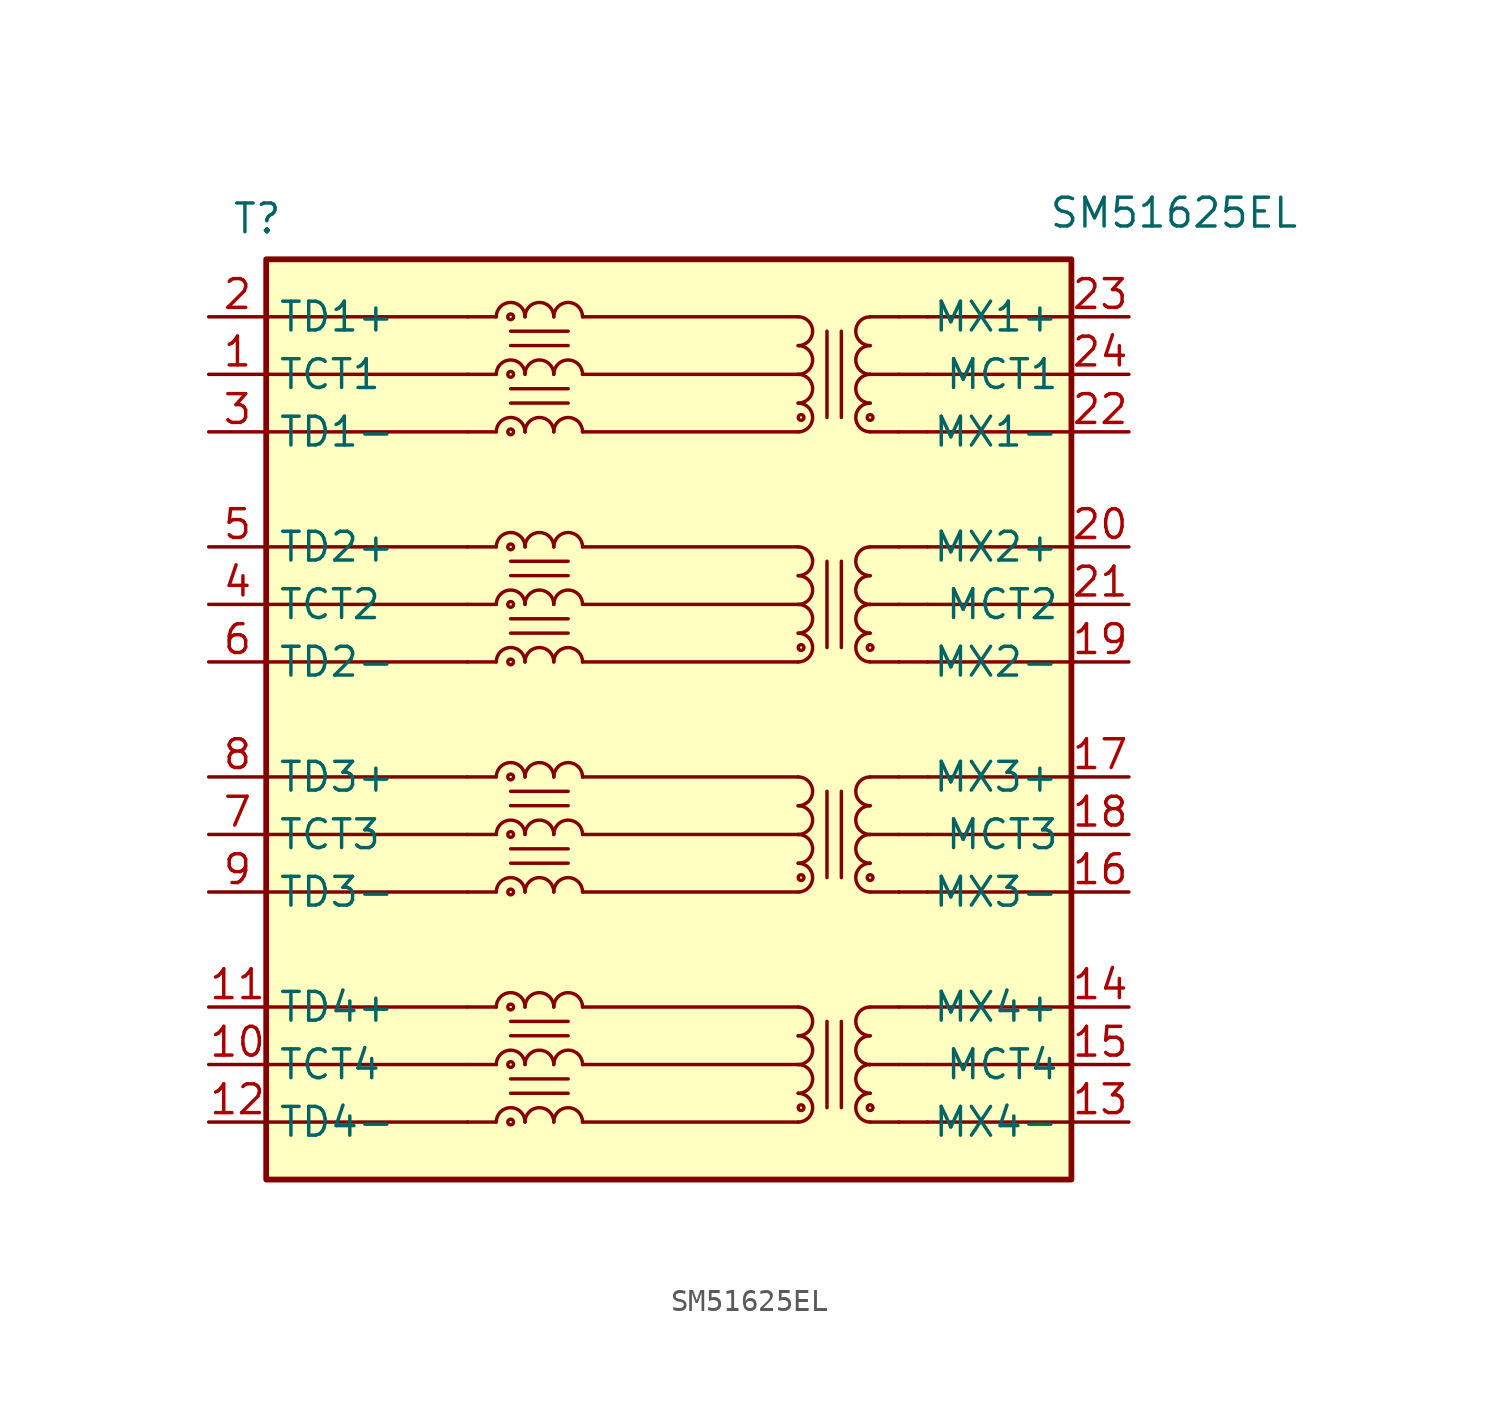
<source format=kicad_sym>
(kicad_symbol_lib
  (version 20231120)
  (generator "kicad_symbol_editor")
  (generator_version "8.0")
  (symbol "SM51625EL"
    (property "Reference" "T"
      (at -19.304 22.86 0)
      (effects (font (size 1.27 1.27)) (justify left top)))
    (property "Value" "SM51625EL"
      (at 16.764 23.114 0)
      (effects (font (size 1.27 1.27)) (justify left top)))
    (symbol "SM51625EL_0_1"
      (rectangle (start -17.78 20.32) (end 17.78 -20.32) (stroke (width 0.254) (type default)) (fill (type background)))
      (polyline (pts (xy -17.78 17.78) (xy -8.89 17.78)) (stroke (width 0) (type default)) (fill (type none)))
      (polyline (pts (xy -8.89 -17.78) (xy -17.78 -17.78)) (stroke (width 0) (type default)) (fill (type none)))
      (polyline (pts (xy -8.89 -15.24) (xy -17.78 -15.24)) (stroke (width 0) (type default)) (fill (type none)))
      (polyline (pts (xy -8.89 -12.7) (xy -17.78 -12.7)) (stroke (width 0) (type default)) (fill (type none)))
      (polyline (pts (xy -8.89 -7.62) (xy -17.78 -7.62)) (stroke (width 0) (type default)) (fill (type none)))
      (polyline (pts (xy -8.89 -5.08) (xy -17.78 -5.08)) (stroke (width 0) (type default)) (fill (type none)))
      (polyline (pts (xy -8.89 -2.54) (xy -17.78 -2.54)) (stroke (width 0) (type default)) (fill (type none)))
      (polyline (pts (xy -8.89 2.54) (xy -17.78 2.54)) (stroke (width 0) (type default)) (fill (type none)))
      (polyline (pts (xy -8.89 5.08) (xy -17.78 5.08)) (stroke (width 0) (type default)) (fill (type none)))
      (polyline (pts (xy -8.89 7.62) (xy -17.78 7.62)) (stroke (width 0) (type default)) (fill (type none)))
      (polyline (pts (xy -8.89 12.7) (xy -17.78 12.7)) (stroke (width 0) (type default)) (fill (type none)))
      (polyline (pts (xy -8.89 15.24) (xy -17.78 15.24)) (stroke (width 0) (type default)) (fill (type none)))
      (polyline (pts (xy 11.43 -17.78) (xy 10.16 -17.78)) (stroke (width 0) (type default)) (fill (type none)))
      (polyline (pts (xy 11.43 -17.78) (xy 17.78 -17.78)) (stroke (width 0) (type default)) (fill (type none)))
      (polyline (pts (xy 11.43 -15.24) (xy 10.16 -15.24)) (stroke (width 0) (type default)) (fill (type none)))
      (polyline (pts (xy 11.43 -15.24) (xy 17.78 -15.24)) (stroke (width 0) (type default)) (fill (type none)))
      (polyline (pts (xy 11.43 -12.7) (xy 10.16 -12.7)) (stroke (width 0) (type default)) (fill (type none)))
      (polyline (pts (xy 11.43 -12.7) (xy 17.78 -12.7)) (stroke (width 0) (type default)) (fill (type none)))
      (polyline (pts (xy 11.43 -7.62) (xy 17.78 -7.62)) (stroke (width 0) (type default)) (fill (type none)))
      (polyline (pts (xy 11.43 -5.08) (xy 17.78 -5.08)) (stroke (width 0) (type default)) (fill (type none)))
      (polyline (pts (xy 11.43 -2.54) (xy 17.78 -2.54)) (stroke (width 0) (type default)) (fill (type none)))
      (polyline (pts (xy 11.43 2.54) (xy 17.78 2.54)) (stroke (width 0) (type default)) (fill (type none)))
      (polyline (pts (xy 11.43 5.08) (xy 17.78 5.08)) (stroke (width 0) (type default)) (fill (type none)))
      (polyline (pts (xy 11.43 7.62) (xy 17.78 7.62)) (stroke (width 0) (type default)) (fill (type none)))
      (polyline (pts (xy 11.43 12.7) (xy 17.78 12.7)) (stroke (width 0) (type default)) (fill (type none)))
      (polyline (pts (xy 11.43 15.24) (xy 17.78 15.24)) (stroke (width 0) (type default)) (fill (type none)))
      (polyline (pts (xy 11.43 17.78) (xy 17.78 17.78)) (stroke (width 0) (type default)) (fill (type none))))
    (symbol "SM51625EL_1_1"
      (circle (center -6.985 -17.78) (radius 0.127) (stroke (width 0) (type default)) (fill (type none)))
      (circle (center -6.985 -15.24) (radius 0.127) (stroke (width 0) (type default)) (fill (type none)))
      (circle (center -6.985 -12.7) (radius 0.127) (stroke (width 0) (type default)) (fill (type none)))
      (circle (center -6.985 -7.62) (radius 0.127) (stroke (width 0) (type default)) (fill (type none)))
      (circle (center -6.985 -5.08) (radius 0.127) (stroke (width 0) (type default)) (fill (type none)))
      (circle (center -6.985 -2.54) (radius 0.127) (stroke (width 0) (type default)) (fill (type none)))
      (circle (center -6.985 2.54) (radius 0.127) (stroke (width 0) (type default)) (fill (type none)))
      (circle (center -6.985 5.08) (radius 0.127) (stroke (width 0) (type default)) (fill (type none)))
      (circle (center -6.985 7.62) (radius 0.127) (stroke (width 0) (type default)) (fill (type none)))
      (circle (center -6.985 12.7) (radius 0.127) (stroke (width 0) (type default)) (fill (type none)))
      (circle (center -6.985 15.24) (radius 0.127) (stroke (width 0) (type default)) (fill (type none)))
      (circle (center -6.985 17.78) (radius 0.127) (stroke (width 0) (type default)) (fill (type none)))
      (arc (start -6.35 -17.78) (mid -6.985 -17.1477) (end -7.62 -17.78) (stroke (width 0) (type default)) (fill (type none)))
      (arc (start -6.35 -15.24) (mid -6.985 -14.6077) (end -7.62 -15.24) (stroke (width 0) (type default)) (fill (type none)))
      (arc (start -6.35 -12.7) (mid -6.985 -12.0677) (end -7.62 -12.7) (stroke (width 0) (type default)) (fill (type none)))
      (arc (start -6.35 -7.62) (mid -6.985 -6.9877) (end -7.62 -7.62) (stroke (width 0) (type default)) (fill (type none)))
      (arc (start -6.35 -5.08) (mid -6.985 -4.4477) (end -7.62 -5.08) (stroke (width 0) (type default)) (fill (type none)))
      (arc (start -6.35 -2.54) (mid -6.985 -1.9077) (end -7.62 -2.54) (stroke (width 0) (type default)) (fill (type none)))
      (arc (start -6.35 2.54) (mid -6.985 3.1723) (end -7.62 2.54) (stroke (width 0) (type default)) (fill (type none)))
      (arc (start -6.35 5.08) (mid -6.985 5.7123) (end -7.62 5.08) (stroke (width 0) (type default)) (fill (type none)))
      (arc (start -6.35 7.62) (mid -6.985 8.2523) (end -7.62 7.62) (stroke (width 0) (type default)) (fill (type none)))
      (arc (start -6.35 12.7) (mid -6.985 13.3323) (end -7.62 12.7) (stroke (width 0) (type default)) (fill (type none)))
      (arc (start -6.35 15.24) (mid -6.985 15.8723) (end -7.62 15.24) (stroke (width 0) (type default)) (fill (type none)))
      (arc (start -6.35 17.78) (mid -6.985 18.4123) (end -7.62 17.78) (stroke (width 0) (type default)) (fill (type none)))
      (arc (start -5.08 -17.78) (mid -5.715 -17.1477) (end -6.35 -17.78) (stroke (width 0) (type default)) (fill (type none)))
      (arc (start -5.08 -15.24) (mid -5.715 -14.6077) (end -6.35 -15.24) (stroke (width 0) (type default)) (fill (type none)))
      (arc (start -5.08 -12.7) (mid -5.715 -12.0677) (end -6.35 -12.7) (stroke (width 0) (type default)) (fill (type none)))
      (arc (start -5.08 -7.62) (mid -5.715 -6.9877) (end -6.35 -7.62) (stroke (width 0) (type default)) (fill (type none)))
      (arc (start -5.08 -5.08) (mid -5.715 -4.4477) (end -6.35 -5.08) (stroke (width 0) (type default)) (fill (type none)))
      (arc (start -5.08 -2.54) (mid -5.715 -1.9077) (end -6.35 -2.54) (stroke (width 0) (type default)) (fill (type none)))
      (arc (start -5.08 2.54) (mid -5.715 3.1723) (end -6.35 2.54) (stroke (width 0) (type default)) (fill (type none)))
      (arc (start -5.08 5.08) (mid -5.715 5.7123) (end -6.35 5.08) (stroke (width 0) (type default)) (fill (type none)))
      (arc (start -5.08 7.62) (mid -5.715 8.2523) (end -6.35 7.62) (stroke (width 0) (type default)) (fill (type none)))
      (arc (start -5.08 12.7) (mid -5.715 13.3323) (end -6.35 12.7) (stroke (width 0) (type default)) (fill (type none)))
      (arc (start -5.08 15.24) (mid -5.715 15.8723) (end -6.35 15.24) (stroke (width 0) (type default)) (fill (type none)))
      (arc (start -5.08 17.78) (mid -5.715 18.4123) (end -6.35 17.78) (stroke (width 0) (type default)) (fill (type none)))
      (arc (start -3.81 -17.78) (mid -4.445 -17.1477) (end -5.08 -17.78) (stroke (width 0) (type default)) (fill (type none)))
      (arc (start -3.81 -15.24) (mid -4.445 -14.6077) (end -5.08 -15.24) (stroke (width 0) (type default)) (fill (type none)))
      (arc (start -3.81 -12.7) (mid -4.445 -12.0677) (end -5.08 -12.7) (stroke (width 0) (type default)) (fill (type none)))
      (arc (start -3.81 -7.62) (mid -4.445 -6.9877) (end -5.08 -7.62) (stroke (width 0) (type default)) (fill (type none)))
      (arc (start -3.81 -5.08) (mid -4.445 -4.4477) (end -5.08 -5.08) (stroke (width 0) (type default)) (fill (type none)))
      (arc (start -3.81 -2.54) (mid -4.445 -1.9077) (end -5.08 -2.54) (stroke (width 0) (type default)) (fill (type none)))
      (arc (start -3.81 2.54) (mid -4.445 3.1723) (end -5.08 2.54) (stroke (width 0) (type default)) (fill (type none)))
      (arc (start -3.81 5.08) (mid -4.445 5.7123) (end -5.08 5.08) (stroke (width 0) (type default)) (fill (type none)))
      (arc (start -3.81 7.62) (mid -4.445 8.2523) (end -5.08 7.62) (stroke (width 0) (type default)) (fill (type none)))
      (arc (start -3.81 12.7) (mid -4.445 13.3323) (end -5.08 12.7) (stroke (width 0) (type default)) (fill (type none)))
      (arc (start -3.81 15.24) (mid -4.445 15.8723) (end -5.08 15.24) (stroke (width 0) (type default)) (fill (type none)))
      (arc (start -3.81 17.78) (mid -4.445 18.4123) (end -5.08 17.78) (stroke (width 0) (type default)) (fill (type none)))
      (polyline (pts (xy -8.89 -17.78) (xy -7.62 -17.78)) (stroke (width 0) (type default)) (fill (type none)))
      (polyline (pts (xy -8.89 -15.24) (xy -7.62 -15.24)) (stroke (width 0) (type default)) (fill (type none)))
      (polyline (pts (xy -8.89 -12.7) (xy -7.62 -12.7)) (stroke (width 0) (type default)) (fill (type none)))
      (polyline (pts (xy -8.89 -7.62) (xy -7.62 -7.62)) (stroke (width 0) (type default)) (fill (type none)))
      (polyline (pts (xy -8.89 -5.08) (xy -7.62 -5.08)) (stroke (width 0) (type default)) (fill (type none)))
      (polyline (pts (xy -8.89 -2.54) (xy -7.62 -2.54)) (stroke (width 0) (type default)) (fill (type none)))
      (polyline (pts (xy -8.89 2.54) (xy -7.62 2.54)) (stroke (width 0) (type default)) (fill (type none)))
      (polyline (pts (xy -8.89 5.08) (xy -7.62 5.08)) (stroke (width 0) (type default)) (fill (type none)))
      (polyline (pts (xy -8.89 7.62) (xy -7.62 7.62)) (stroke (width 0) (type default)) (fill (type none)))
      (polyline (pts (xy -8.89 12.7) (xy -7.62 12.7)) (stroke (width 0) (type default)) (fill (type none)))
      (polyline (pts (xy -8.89 15.24) (xy -7.62 15.24)) (stroke (width 0) (type default)) (fill (type none)))
      (polyline (pts (xy -8.89 17.78) (xy -7.62 17.78)) (stroke (width 0) (type default)) (fill (type none)))
      (polyline (pts (xy -6.985 -16.51) (xy -4.445 -16.51)) (stroke (width 0) (type default)) (fill (type none)))
      (polyline (pts (xy -6.985 -15.875) (xy -4.445 -15.875)) (stroke (width 0) (type default)) (fill (type none)))
      (polyline (pts (xy -6.985 -13.97) (xy -4.445 -13.97)) (stroke (width 0) (type default)) (fill (type none)))
      (polyline (pts (xy -6.985 -13.335) (xy -4.445 -13.335)) (stroke (width 0) (type default)) (fill (type none)))
      (polyline (pts (xy -6.985 -6.35) (xy -4.445 -6.35)) (stroke (width 0) (type default)) (fill (type none)))
      (polyline (pts (xy -6.985 -5.715) (xy -4.445 -5.715)) (stroke (width 0) (type default)) (fill (type none)))
      (polyline (pts (xy -6.985 -3.81) (xy -4.445 -3.81)) (stroke (width 0) (type default)) (fill (type none)))
      (polyline (pts (xy -6.985 -3.175) (xy -4.445 -3.175)) (stroke (width 0) (type default)) (fill (type none)))
      (polyline (pts (xy -6.985 3.81) (xy -4.445 3.81)) (stroke (width 0) (type default)) (fill (type none)))
      (polyline (pts (xy -6.985 4.445) (xy -4.445 4.445)) (stroke (width 0) (type default)) (fill (type none)))
      (polyline (pts (xy -6.985 6.35) (xy -4.445 6.35)) (stroke (width 0) (type default)) (fill (type none)))
      (polyline (pts (xy -6.985 6.985) (xy -4.445 6.985)) (stroke (width 0) (type default)) (fill (type none)))
      (polyline (pts (xy -6.985 13.97) (xy -4.445 13.97)) (stroke (width 0) (type default)) (fill (type none)))
      (polyline (pts (xy -6.985 14.605) (xy -4.445 14.605)) (stroke (width 0) (type default)) (fill (type none)))
      (polyline (pts (xy -6.985 16.51) (xy -4.445 16.51)) (stroke (width 0) (type default)) (fill (type none)))
      (polyline (pts (xy -6.985 17.145) (xy -4.445 17.145)) (stroke (width 0) (type default)) (fill (type none)))
      (polyline (pts (xy -3.81 -17.78) (xy 5.715 -17.78)) (stroke (width 0) (type default)) (fill (type none)))
      (polyline (pts (xy -3.81 -15.24) (xy 5.715 -15.24)) (stroke (width 0) (type default)) (fill (type none)))
      (polyline (pts (xy -3.81 -12.7) (xy 5.715 -12.7)) (stroke (width 0) (type default)) (fill (type none)))
      (polyline (pts (xy -3.81 -7.62) (xy 5.715 -7.62)) (stroke (width 0) (type default)) (fill (type none)))
      (polyline (pts (xy -3.81 -5.08) (xy 5.715 -5.08)) (stroke (width 0) (type default)) (fill (type none)))
      (polyline (pts (xy -3.81 -2.54) (xy 5.715 -2.54)) (stroke (width 0) (type default)) (fill (type none)))
      (polyline (pts (xy -3.81 2.54) (xy 5.715 2.54)) (stroke (width 0) (type default)) (fill (type none)))
      (polyline (pts (xy -3.81 5.08) (xy 5.715 5.08)) (stroke (width 0) (type default)) (fill (type none)))
      (polyline (pts (xy -3.81 7.62) (xy 5.715 7.62)) (stroke (width 0) (type default)) (fill (type none)))
      (polyline (pts (xy -3.81 12.7) (xy 5.715 12.7)) (stroke (width 0) (type default)) (fill (type none)))
      (polyline (pts (xy -3.81 15.24) (xy 5.715 15.24)) (stroke (width 0) (type default)) (fill (type none)))
      (polyline (pts (xy -3.81 17.78) (xy 5.715 17.78)) (stroke (width 0) (type default)) (fill (type none)))
      (polyline (pts (xy 6.985 -13.335) (xy 6.985 -17.145)) (stroke (width 0) (type default)) (fill (type none)))
      (polyline (pts (xy 6.985 -3.175) (xy 6.985 -6.985)) (stroke (width 0) (type default)) (fill (type none)))
      (polyline (pts (xy 6.985 6.985) (xy 6.985 3.175)) (stroke (width 0) (type default)) (fill (type none)))
      (polyline (pts (xy 6.985 17.145) (xy 6.985 13.335)) (stroke (width 0) (type default)) (fill (type none)))
      (polyline (pts (xy 7.62 -13.335) (xy 7.62 -17.145)) (stroke (width 0) (type default)) (fill (type none)))
      (polyline (pts (xy 7.62 -3.175) (xy 7.62 -6.985)) (stroke (width 0) (type default)) (fill (type none)))
      (polyline (pts (xy 7.62 6.985) (xy 7.62 3.175)) (stroke (width 0) (type default)) (fill (type none)))
      (polyline (pts (xy 7.62 17.145) (xy 7.62 13.335)) (stroke (width 0) (type default)) (fill (type none)))
      (polyline (pts (xy 10.16 -17.78) (xy 8.89 -17.78)) (stroke (width 0) (type default)) (fill (type none)))
      (polyline (pts (xy 10.16 -15.24) (xy 8.89 -15.24)) (stroke (width 0) (type default)) (fill (type none)))
      (polyline (pts (xy 10.16 -12.7) (xy 8.89 -12.7)) (stroke (width 0) (type default)) (fill (type none)))
      (polyline (pts (xy 10.16 -7.62) (xy 8.89 -7.62)) (stroke (width 0) (type default)) (fill (type none)))
      (polyline (pts (xy 10.16 -5.08) (xy 8.89 -5.08)) (stroke (width 0) (type default)) (fill (type none)))
      (polyline (pts (xy 10.16 -2.54) (xy 8.89 -2.54)) (stroke (width 0) (type default)) (fill (type none)))
      (polyline (pts (xy 10.16 2.54) (xy 8.89 2.54)) (stroke (width 0) (type default)) (fill (type none)))
      (polyline (pts (xy 10.16 5.08) (xy 8.89 5.08)) (stroke (width 0) (type default)) (fill (type none)))
      (polyline (pts (xy 10.16 7.62) (xy 8.89 7.62)) (stroke (width 0) (type default)) (fill (type none)))
      (polyline (pts (xy 10.16 12.7) (xy 8.89 12.7)) (stroke (width 0) (type default)) (fill (type none)))
      (polyline (pts (xy 10.16 15.24) (xy 8.89 15.24)) (stroke (width 0) (type default)) (fill (type none)))
      (polyline (pts (xy 10.16 17.78) (xy 8.89 17.78)) (stroke (width 0) (type default)) (fill (type none)))
      (polyline (pts (xy 11.43 -7.62) (xy 10.16 -7.62)) (stroke (width 0) (type default)) (fill (type none)))
      (polyline (pts (xy 11.43 -5.08) (xy 10.16 -5.08)) (stroke (width 0) (type default)) (fill (type none)))
      (polyline (pts (xy 11.43 -2.54) (xy 10.16 -2.54)) (stroke (width 0) (type default)) (fill (type none)))
      (polyline (pts (xy 11.43 2.54) (xy 10.16 2.54)) (stroke (width 0) (type default)) (fill (type none)))
      (polyline (pts (xy 11.43 5.08) (xy 10.16 5.08)) (stroke (width 0) (type default)) (fill (type none)))
      (polyline (pts (xy 11.43 7.62) (xy 10.16 7.62)) (stroke (width 0) (type default)) (fill (type none)))
      (polyline (pts (xy 11.43 12.7) (xy 10.16 12.7)) (stroke (width 0) (type default)) (fill (type none)))
      (polyline (pts (xy 11.43 15.24) (xy 10.16 15.24)) (stroke (width 0) (type default)) (fill (type none)))
      (polyline (pts (xy 11.43 17.78) (xy 10.16 17.78)) (stroke (width 0) (type default)) (fill (type none)))
      (arc (start 5.715 -17.78) (mid 6.347 -17.145) (end 5.715 -16.51) (stroke (width 0) (type default)) (fill (type none)))
      (arc (start 5.715 -16.51) (mid 6.347 -15.875) (end 5.715 -15.24) (stroke (width 0) (type default)) (fill (type none)))
      (arc (start 5.715 -15.24) (mid 6.347 -14.605) (end 5.715 -13.97) (stroke (width 0) (type default)) (fill (type none)))
      (arc (start 5.715 -13.97) (mid 6.347 -13.335) (end 5.715 -12.7) (stroke (width 0) (type default)) (fill (type none)))
      (arc (start 5.715 -7.62) (mid 6.347 -6.985) (end 5.715 -6.35) (stroke (width 0) (type default)) (fill (type none)))
      (arc (start 5.715 -6.35) (mid 6.347 -5.715) (end 5.715 -5.08) (stroke (width 0) (type default)) (fill (type none)))
      (arc (start 5.715 -5.08) (mid 6.347 -4.445) (end 5.715 -3.81) (stroke (width 0) (type default)) (fill (type none)))
      (arc (start 5.715 -3.81) (mid 6.347 -3.175) (end 5.715 -2.54) (stroke (width 0) (type default)) (fill (type none)))
      (arc (start 5.715 2.54) (mid 6.347 3.175) (end 5.715 3.81) (stroke (width 0) (type default)) (fill (type none)))
      (arc (start 5.715 3.81) (mid 6.347 4.445) (end 5.715 5.08) (stroke (width 0) (type default)) (fill (type none)))
      (arc (start 5.715 5.08) (mid 6.347 5.715) (end 5.715 6.35) (stroke (width 0) (type default)) (fill (type none)))
      (arc (start 5.715 6.35) (mid 6.347 6.985) (end 5.715 7.62) (stroke (width 0) (type default)) (fill (type none)))
      (arc (start 5.715 12.7) (mid 6.347 13.335) (end 5.715 13.97) (stroke (width 0) (type default)) (fill (type none)))
      (arc (start 5.715 13.97) (mid 6.347 14.605) (end 5.715 15.24) (stroke (width 0) (type default)) (fill (type none)))
      (arc (start 5.715 15.24) (mid 6.347 15.875) (end 5.715 16.51) (stroke (width 0) (type default)) (fill (type none)))
      (arc (start 5.715 16.51) (mid 6.347 17.145) (end 5.715 17.78) (stroke (width 0) (type default)) (fill (type none)))
      (circle (center 5.842 -17.145) (radius 0.127) (stroke (width 0) (type default)) (fill (type none)))
      (circle (center 5.842 -6.985) (radius 0.127) (stroke (width 0) (type default)) (fill (type none)))
      (circle (center 5.842 3.175) (radius 0.127) (stroke (width 0) (type default)) (fill (type none)))
      (circle (center 5.842 13.335) (radius 0.127) (stroke (width 0) (type default)) (fill (type none)))
      (circle (center 8.89 -17.145) (radius 0.127) (stroke (width 0) (type default)) (fill (type none)))
      (arc (start 8.89 -16.51) (mid 8.258 -17.145) (end 8.89 -17.78) (stroke (width 0) (type default)) (fill (type none)))
      (arc (start 8.89 -15.24) (mid 8.258 -15.875) (end 8.89 -16.51) (stroke (width 0) (type default)) (fill (type none)))
      (arc (start 8.89 -13.97) (mid 8.258 -14.605) (end 8.89 -15.24) (stroke (width 0) (type default)) (fill (type none)))
      (arc (start 8.89 -12.7) (mid 8.258 -13.335) (end 8.89 -13.97) (stroke (width 0) (type default)) (fill (type none)))
      (circle (center 8.89 -6.985) (radius 0.127) (stroke (width 0) (type default)) (fill (type none)))
      (arc (start 8.89 -6.35) (mid 8.258 -6.985) (end 8.89 -7.62) (stroke (width 0) (type default)) (fill (type none)))
      (arc (start 8.89 -5.08) (mid 8.258 -5.715) (end 8.89 -6.35) (stroke (width 0) (type default)) (fill (type none)))
      (arc (start 8.89 -3.81) (mid 8.258 -4.445) (end 8.89 -5.08) (stroke (width 0) (type default)) (fill (type none)))
      (arc (start 8.89 -2.54) (mid 8.258 -3.175) (end 8.89 -3.81) (stroke (width 0) (type default)) (fill (type none)))
      (circle (center 8.89 3.175) (radius 0.127) (stroke (width 0) (type default)) (fill (type none)))
      (arc (start 8.89 3.81) (mid 8.258 3.175) (end 8.89 2.54) (stroke (width 0) (type default)) (fill (type none)))
      (arc (start 8.89 5.08) (mid 8.258 4.445) (end 8.89 3.81) (stroke (width 0) (type default)) (fill (type none)))
      (arc (start 8.89 6.35) (mid 8.258 5.715) (end 8.89 5.08) (stroke (width 0) (type default)) (fill (type none)))
      (arc (start 8.89 7.62) (mid 8.258 6.985) (end 8.89 6.35) (stroke (width 0) (type default)) (fill (type none)))
      (circle (center 8.89 13.335) (radius 0.127) (stroke (width 0) (type default)) (fill (type none)))
      (arc (start 8.89 13.97) (mid 8.258 13.335) (end 8.89 12.7) (stroke (width 0) (type default)) (fill (type none)))
      (arc (start 8.89 15.24) (mid 8.258 14.605) (end 8.89 13.97) (stroke (width 0) (type default)) (fill (type none)))
      (arc (start 8.89 16.51) (mid 8.258 15.875) (end 8.89 15.24) (stroke (width 0) (type default)) (fill (type none)))
      (arc (start 8.89 17.78) (mid 8.258 17.145) (end 8.89 16.51) (stroke (width 0) (type default)) (fill (type none)))
      (pin passive line (at -20.32 15.24 0) (length 2.54) (name "TCT1" (effects (font (size 1.27 1.27)))) (number "1" (effects (font (size 1.27 1.27)))))
      (pin passive line (at -20.32 -15.24 0) (length 2.54) (name "TCT4" (effects (font (size 1.27 1.27)))) (number "10" (effects (font (size 1.27 1.27)))))
      (pin passive line (at -20.32 -12.7 0) (length 2.54) (name "TD4+" (effects (font (size 1.27 1.27)))) (number "11" (effects (font (size 1.27 1.27)))))
      (pin passive line (at -20.32 -17.78 0) (length 2.54) (name "TD4-" (effects (font (size 1.27 1.27)))) (number "12" (effects (font (size 1.27 1.27)))))
      (pin passive line (at 20.32 -17.78 180) (length 2.54) (name "MX4-" (effects (font (size 1.27 1.27)))) (number "13" (effects (font (size 1.27 1.27)))))
      (pin passive line (at 20.32 -12.7 180) (length 2.54) (name "MX4+" (effects (font (size 1.27 1.27)))) (number "14" (effects (font (size 1.27 1.27)))))
      (pin passive line (at 20.32 -15.24 180) (length 2.54) (name "MCT4" (effects (font (size 1.27 1.27)))) (number "15" (effects (font (size 1.27 1.27)))))
      (pin passive line (at 20.32 -7.62 180) (length 2.54) (name "MX3-" (effects (font (size 1.27 1.27)))) (number "16" (effects (font (size 1.27 1.27)))))
      (pin passive line (at 20.32 -2.54 180) (length 2.54) (name "MX3+" (effects (font (size 1.27 1.27)))) (number "17" (effects (font (size 1.27 1.27)))))
      (pin passive line (at 20.32 -5.08 180) (length 2.54) (name "MCT3" (effects (font (size 1.27 1.27)))) (number "18" (effects (font (size 1.27 1.27)))))
      (pin passive line (at 20.32 2.54 180) (length 2.54) (name "MX2-" (effects (font (size 1.27 1.27)))) (number "19" (effects (font (size 1.27 1.27)))))
      (pin passive line (at -20.32 17.78 0) (length 2.54) (name "TD1+" (effects (font (size 1.27 1.27)))) (number "2" (effects (font (size 1.27 1.27)))))
      (pin passive line (at 20.32 7.62 180) (length 2.54) (name "MX2+" (effects (font (size 1.27 1.27)))) (number "20" (effects (font (size 1.27 1.27)))))
      (pin passive line (at 20.32 5.08 180) (length 2.54) (name "MCT2" (effects (font (size 1.27 1.27)))) (number "21" (effects (font (size 1.27 1.27)))))
      (pin passive line (at 20.32 12.7 180) (length 2.54) (name "MX1-" (effects (font (size 1.27 1.27)))) (number "22" (effects (font (size 1.27 1.27)))))
      (pin passive line (at 20.32 17.78 180) (length 2.54) (name "MX1+" (effects (font (size 1.27 1.27)))) (number "23" (effects (font (size 1.27 1.27)))))
      (pin passive line (at 20.32 15.24 180) (length 2.54) (name "MCT1" (effects (font (size 1.27 1.27)))) (number "24" (effects (font (size 1.27 1.27)))))
      (pin passive line (at -20.32 12.7 0) (length 2.54) (name "TD1-" (effects (font (size 1.27 1.27)))) (number "3" (effects (font (size 1.27 1.27)))))
      (pin passive line (at -20.32 5.08 0) (length 2.54) (name "TCT2" (effects (font (size 1.27 1.27)))) (number "4" (effects (font (size 1.27 1.27)))))
      (pin passive line (at -20.32 7.62 0) (length 2.54) (name "TD2+" (effects (font (size 1.27 1.27)))) (number "5" (effects (font (size 1.27 1.27)))))
      (pin passive line (at -20.32 2.54 0) (length 2.54) (name "TD2-" (effects (font (size 1.27 1.27)))) (number "6" (effects (font (size 1.27 1.27)))))
      (pin passive line (at -20.32 -5.08 0) (length 2.54) (name "TCT3" (effects (font (size 1.27 1.27)))) (number "7" (effects (font (size 1.27 1.27)))))
      (pin passive line (at -20.32 -2.54 0) (length 2.54) (name "TD3+" (effects (font (size 1.27 1.27)))) (number "8" (effects (font (size 1.27 1.27)))))
      (pin passive line (at -20.32 -7.62 0) (length 2.54) (name "TD3-" (effects (font (size 1.27 1.27)))) (number "9" (effects (font (size 1.27 1.27))))))))
</source>
